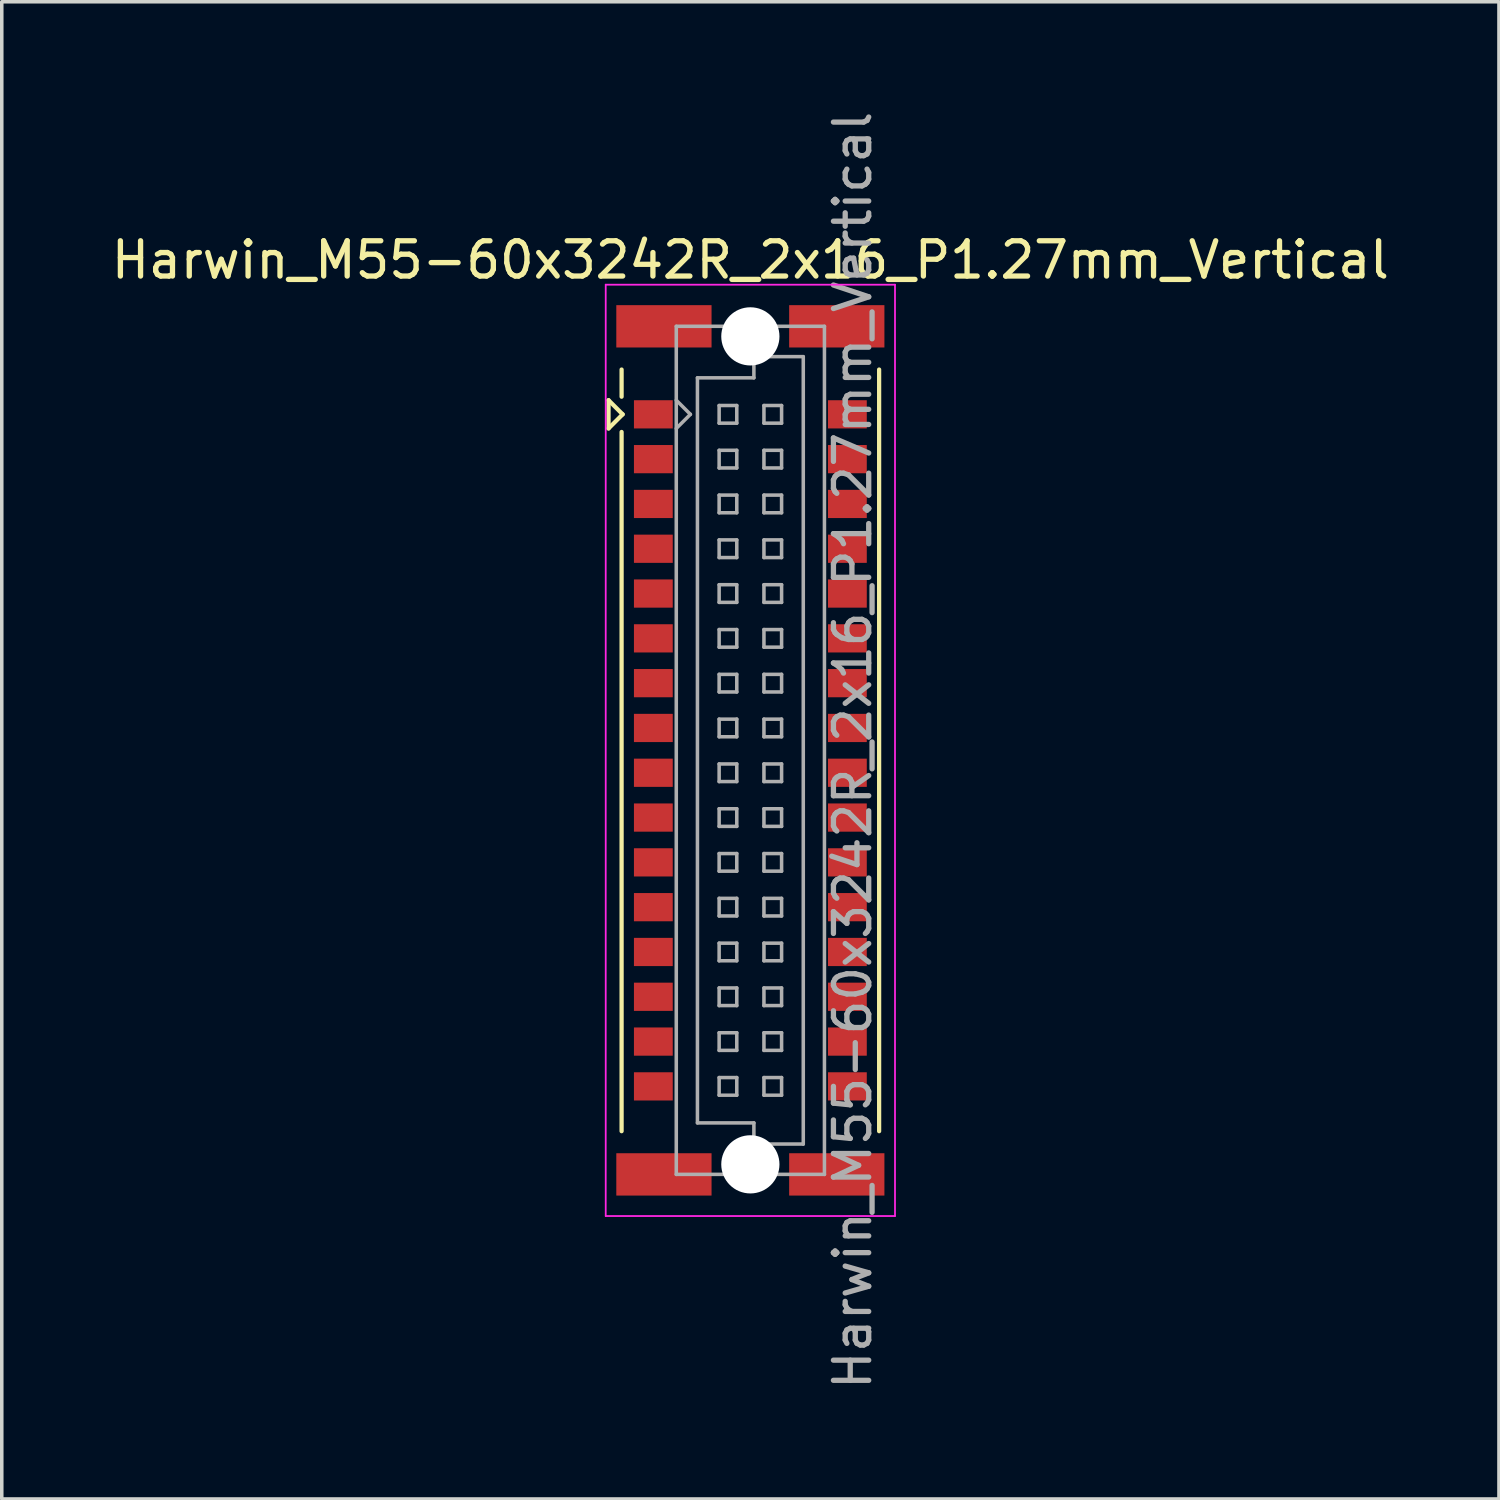
<source format=kicad_pcb>
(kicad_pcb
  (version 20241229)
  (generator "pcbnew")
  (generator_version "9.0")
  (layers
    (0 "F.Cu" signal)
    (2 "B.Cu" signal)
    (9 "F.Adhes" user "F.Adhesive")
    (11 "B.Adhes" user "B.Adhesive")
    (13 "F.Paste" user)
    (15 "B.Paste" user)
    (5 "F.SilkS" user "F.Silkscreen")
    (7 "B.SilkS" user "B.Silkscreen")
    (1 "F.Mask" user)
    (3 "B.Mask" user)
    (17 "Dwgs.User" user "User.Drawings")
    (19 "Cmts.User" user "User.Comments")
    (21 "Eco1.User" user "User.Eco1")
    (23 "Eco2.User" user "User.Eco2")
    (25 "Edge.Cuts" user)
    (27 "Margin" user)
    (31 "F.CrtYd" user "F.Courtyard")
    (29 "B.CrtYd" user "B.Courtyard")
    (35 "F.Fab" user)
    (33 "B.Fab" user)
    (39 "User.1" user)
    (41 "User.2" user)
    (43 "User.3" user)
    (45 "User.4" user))
  (footprint "Harwin_M55-60x3242R_2x16_P1.27mm_Vertical"
    (layer "F.Cu")
    (at 18.22 18.22)
    (property "Reference" "Harwin_M55-60x3242R_2x16_P1.27mm_Vertical" (at 0 -13.9 0) (layer "F.SilkS") (effects (font (size 1 1) (thickness 0.15))))
    (attr smd)
    (fp_line (start -4.02 -9.925) (end -4.02 -9.125) (stroke (width 0.12) (type solid)) (layer "F.SilkS"))
    (fp_line (start -4.02 -9.125) (end -3.62 -9.525) (stroke (width 0.12) (type solid)) (layer "F.SilkS"))
    (fp_line (start -3.65 -10.025) (end -3.65 -10.795) (stroke (width 0.12) (type solid)) (layer "F.SilkS"))
    (fp_line (start -3.65 -9.025) (end -3.65 10.795) (stroke (width 0.12) (type solid)) (layer "F.SilkS"))
    (fp_line (start -3.62 -9.525) (end -4.02 -9.925) (stroke (width 0.12) (type solid)) (layer "F.SilkS"))
    (fp_line (start 3.65 10.795) (end 3.65 -10.795) (stroke (width 0.12) (type solid)) (layer "F.SilkS"))
    (fp_line (start -4.1 -13.2) (end 4.1 -13.2) (stroke (width 0.05) (type solid)) (layer "F.CrtYd"))
    (fp_line (start -4.1 13.2) (end -4.1 -13.2) (stroke (width 0.05) (type solid)) (layer "F.CrtYd"))
    (fp_line (start 4.1 -13.2) (end 4.1 13.2) (stroke (width 0.05) (type solid)) (layer "F.CrtYd"))
    (fp_line (start 4.1 13.2) (end -4.1 13.2) (stroke (width 0.05) (type solid)) (layer "F.CrtYd"))
    (fp_line (start -2.1 -12.02) (end -2.1 12.02) (stroke (width 0.1) (type solid)) (layer "F.Fab"))
    (fp_line (start -2.1 -9.125) (end -1.7 -9.525) (stroke (width 0.1) (type solid)) (layer "F.Fab"))
    (fp_line (start -2.1 12.02) (end 2.1 12.02) (stroke (width 0.1) (type solid)) (layer "F.Fab"))
    (fp_line (start -1.7 -9.525) (end -2.1 -9.925) (stroke (width 0.1) (type solid)) (layer "F.Fab"))
    (fp_line (start -1.5 -10.56) (end 0.1 -10.56) (stroke (width 0.1) (type solid)) (layer "F.Fab"))
    (fp_line (start -1.5 10.56) (end -1.5 -10.56) (stroke (width 0.1) (type solid)) (layer "F.Fab"))
    (fp_line (start -0.885 -9.775) (end -0.885 -9.275) (stroke (width 0.1) (type solid)) (layer "F.Fab"))
    (fp_line (start -0.885 -9.275) (end -0.385 -9.275) (stroke (width 0.1) (type solid)) (layer "F.Fab"))
    (fp_line (start -0.885 -8.505) (end -0.885 -8.005) (stroke (width 0.1) (type solid)) (layer "F.Fab"))
    (fp_line (start -0.885 -8.005) (end -0.385 -8.005) (stroke (width 0.1) (type solid)) (layer "F.Fab"))
    (fp_line (start -0.885 -7.235) (end -0.885 -6.735) (stroke (width 0.1) (type solid)) (layer "F.Fab"))
    (fp_line (start -0.885 -6.735) (end -0.385 -6.735) (stroke (width 0.1) (type solid)) (layer "F.Fab"))
    (fp_line (start -0.885 -5.965) (end -0.885 -5.465) (stroke (width 0.1) (type solid)) (layer "F.Fab"))
    (fp_line (start -0.885 -5.465) (end -0.385 -5.465) (stroke (width 0.1) (type solid)) (layer "F.Fab"))
    (fp_line (start -0.885 -4.695) (end -0.885 -4.195) (stroke (width 0.1) (type solid)) (layer "F.Fab"))
    (fp_line (start -0.885 -4.195) (end -0.385 -4.195) (stroke (width 0.1) (type solid)) (layer "F.Fab"))
    (fp_line (start -0.885 -3.425) (end -0.885 -2.925) (stroke (width 0.1) (type solid)) (layer "F.Fab"))
    (fp_line (start -0.885 -2.925) (end -0.385 -2.925) (stroke (width 0.1) (type solid)) (layer "F.Fab"))
    (fp_line (start -0.885 -2.155) (end -0.885 -1.655) (stroke (width 0.1) (type solid)) (layer "F.Fab"))
    (fp_line (start -0.885 -1.655) (end -0.385 -1.655) (stroke (width 0.1) (type solid)) (layer "F.Fab"))
    (fp_line (start -0.885 -0.885) (end -0.885 -0.385) (stroke (width 0.1) (type solid)) (layer "F.Fab"))
    (fp_line (start -0.885 -0.385) (end -0.385 -0.385) (stroke (width 0.1) (type solid)) (layer "F.Fab"))
    (fp_line (start -0.885 0.385) (end -0.885 0.885) (stroke (width 0.1) (type solid)) (layer "F.Fab"))
    (fp_line (start -0.885 0.885) (end -0.385 0.885) (stroke (width 0.1) (type solid)) (layer "F.Fab"))
    (fp_line (start -0.885 1.655) (end -0.885 2.155) (stroke (width 0.1) (type solid)) (layer "F.Fab"))
    (fp_line (start -0.885 2.155) (end -0.385 2.155) (stroke (width 0.1) (type solid)) (layer "F.Fab"))
    (fp_line (start -0.885 2.925) (end -0.885 3.425) (stroke (width 0.1) (type solid)) (layer "F.Fab"))
    (fp_line (start -0.885 3.425) (end -0.385 3.425) (stroke (width 0.1) (type solid)) (layer "F.Fab"))
    (fp_line (start -0.885 4.195) (end -0.885 4.695) (stroke (width 0.1) (type solid)) (layer "F.Fab"))
    (fp_line (start -0.885 4.695) (end -0.385 4.695) (stroke (width 0.1) (type solid)) (layer "F.Fab"))
    (fp_line (start -0.885 5.465) (end -0.885 5.965) (stroke (width 0.1) (type solid)) (layer "F.Fab"))
    (fp_line (start -0.885 5.965) (end -0.385 5.965) (stroke (width 0.1) (type solid)) (layer "F.Fab"))
    (fp_line (start -0.885 6.735) (end -0.885 7.235) (stroke (width 0.1) (type solid)) (layer "F.Fab"))
    (fp_line (start -0.885 7.235) (end -0.385 7.235) (stroke (width 0.1) (type solid)) (layer "F.Fab"))
    (fp_line (start -0.885 8.005) (end -0.885 8.505) (stroke (width 0.1) (type solid)) (layer "F.Fab"))
    (fp_line (start -0.885 8.505) (end -0.385 8.505) (stroke (width 0.1) (type solid)) (layer "F.Fab"))
    (fp_line (start -0.885 9.275) (end -0.885 9.775) (stroke (width 0.1) (type solid)) (layer "F.Fab"))
    (fp_line (start -0.885 9.775) (end -0.385 9.775) (stroke (width 0.1) (type solid)) (layer "F.Fab"))
    (fp_line (start -0.385 -9.775) (end -0.885 -9.775) (stroke (width 0.1) (type solid)) (layer "F.Fab"))
    (fp_line (start -0.385 -9.275) (end -0.385 -9.775) (stroke (width 0.1) (type solid)) (layer "F.Fab"))
    (fp_line (start -0.385 -8.505) (end -0.885 -8.505) (stroke (width 0.1) (type solid)) (layer "F.Fab"))
    (fp_line (start -0.385 -8.005) (end -0.385 -8.505) (stroke (width 0.1) (type solid)) (layer "F.Fab"))
    (fp_line (start -0.385 -7.235) (end -0.885 -7.235) (stroke (width 0.1) (type solid)) (layer "F.Fab"))
    (fp_line (start -0.385 -6.735) (end -0.385 -7.235) (stroke (width 0.1) (type solid)) (layer "F.Fab"))
    (fp_line (start -0.385 -5.965) (end -0.885 -5.965) (stroke (width 0.1) (type solid)) (layer "F.Fab"))
    (fp_line (start -0.385 -5.465) (end -0.385 -5.965) (stroke (width 0.1) (type solid)) (layer "F.Fab"))
    (fp_line (start -0.385 -4.695) (end -0.885 -4.695) (stroke (width 0.1) (type solid)) (layer "F.Fab"))
    (fp_line (start -0.385 -4.195) (end -0.385 -4.695) (stroke (width 0.1) (type solid)) (layer "F.Fab"))
    (fp_line (start -0.385 -3.425) (end -0.885 -3.425) (stroke (width 0.1) (type solid)) (layer "F.Fab"))
    (fp_line (start -0.385 -2.925) (end -0.385 -3.425) (stroke (width 0.1) (type solid)) (layer "F.Fab"))
    (fp_line (start -0.385 -2.155) (end -0.885 -2.155) (stroke (width 0.1) (type solid)) (layer "F.Fab"))
    (fp_line (start -0.385 -1.655) (end -0.385 -2.155) (stroke (width 0.1) (type solid)) (layer "F.Fab"))
    (fp_line (start -0.385 -0.885) (end -0.885 -0.885) (stroke (width 0.1) (type solid)) (layer "F.Fab"))
    (fp_line (start -0.385 -0.385) (end -0.385 -0.885) (stroke (width 0.1) (type solid)) (layer "F.Fab"))
    (fp_line (start -0.385 0.385) (end -0.885 0.385) (stroke (width 0.1) (type solid)) (layer "F.Fab"))
    (fp_line (start -0.385 0.885) (end -0.385 0.385) (stroke (width 0.1) (type solid)) (layer "F.Fab"))
    (fp_line (start -0.385 1.655) (end -0.885 1.655) (stroke (width 0.1) (type solid)) (layer "F.Fab"))
    (fp_line (start -0.385 2.155) (end -0.385 1.655) (stroke (width 0.1) (type solid)) (layer "F.Fab"))
    (fp_line (start -0.385 2.925) (end -0.885 2.925) (stroke (width 0.1) (type solid)) (layer "F.Fab"))
    (fp_line (start -0.385 3.425) (end -0.385 2.925) (stroke (width 0.1) (type solid)) (layer "F.Fab"))
    (fp_line (start -0.385 4.195) (end -0.885 4.195) (stroke (width 0.1) (type solid)) (layer "F.Fab"))
    (fp_line (start -0.385 4.695) (end -0.385 4.195) (stroke (width 0.1) (type solid)) (layer "F.Fab"))
    (fp_line (start -0.385 5.465) (end -0.885 5.465) (stroke (width 0.1) (type solid)) (layer "F.Fab"))
    (fp_line (start -0.385 5.965) (end -0.385 5.465) (stroke (width 0.1) (type solid)) (layer "F.Fab"))
    (fp_line (start -0.385 6.735) (end -0.885 6.735) (stroke (width 0.1) (type solid)) (layer "F.Fab"))
    (fp_line (start -0.385 7.235) (end -0.385 6.735) (stroke (width 0.1) (type solid)) (layer "F.Fab"))
    (fp_line (start -0.385 8.005) (end -0.885 8.005) (stroke (width 0.1) (type solid)) (layer "F.Fab"))
    (fp_line (start -0.385 8.505) (end -0.385 8.005) (stroke (width 0.1) (type solid)) (layer "F.Fab"))
    (fp_line (start -0.385 9.275) (end -0.885 9.275) (stroke (width 0.1) (type solid)) (layer "F.Fab"))
    (fp_line (start -0.385 9.775) (end -0.385 9.275) (stroke (width 0.1) (type solid)) (layer "F.Fab"))
    (fp_line (start 0.1 -11.16) (end 1.5 -11.16) (stroke (width 0.1) (type solid)) (layer "F.Fab"))
    (fp_line (start 0.1 -10.56) (end 0.1 -11.16) (stroke (width 0.1) (type solid)) (layer "F.Fab"))
    (fp_line (start 0.1 10.56) (end -1.5 10.56) (stroke (width 0.1) (type solid)) (layer "F.Fab"))
    (fp_line (start 0.1 11.16) (end 0.1 10.56) (stroke (width 0.1) (type solid)) (layer "F.Fab"))
    (fp_line (start 0.385 -9.775) (end 0.385 -9.275) (stroke (width 0.1) (type solid)) (layer "F.Fab"))
    (fp_line (start 0.385 -9.275) (end 0.885 -9.275) (stroke (width 0.1) (type solid)) (layer "F.Fab"))
    (fp_line (start 0.385 -8.505) (end 0.385 -8.005) (stroke (width 0.1) (type solid)) (layer "F.Fab"))
    (fp_line (start 0.385 -8.005) (end 0.885 -8.005) (stroke (width 0.1) (type solid)) (layer "F.Fab"))
    (fp_line (start 0.385 -7.235) (end 0.385 -6.735) (stroke (width 0.1) (type solid)) (layer "F.Fab"))
    (fp_line (start 0.385 -6.735) (end 0.885 -6.735) (stroke (width 0.1) (type solid)) (layer "F.Fab"))
    (fp_line (start 0.385 -5.965) (end 0.385 -5.465) (stroke (width 0.1) (type solid)) (layer "F.Fab"))
    (fp_line (start 0.385 -5.465) (end 0.885 -5.465) (stroke (width 0.1) (type solid)) (layer "F.Fab"))
    (fp_line (start 0.385 -4.695) (end 0.385 -4.195) (stroke (width 0.1) (type solid)) (layer "F.Fab"))
    (fp_line (start 0.385 -4.195) (end 0.885 -4.195) (stroke (width 0.1) (type solid)) (layer "F.Fab"))
    (fp_line (start 0.385 -3.425) (end 0.385 -2.925) (stroke (width 0.1) (type solid)) (layer "F.Fab"))
    (fp_line (start 0.385 -2.925) (end 0.885 -2.925) (stroke (width 0.1) (type solid)) (layer "F.Fab"))
    (fp_line (start 0.385 -2.155) (end 0.385 -1.655) (stroke (width 0.1) (type solid)) (layer "F.Fab"))
    (fp_line (start 0.385 -1.655) (end 0.885 -1.655) (stroke (width 0.1) (type solid)) (layer "F.Fab"))
    (fp_line (start 0.385 -0.885) (end 0.385 -0.385) (stroke (width 0.1) (type solid)) (layer "F.Fab"))
    (fp_line (start 0.385 -0.385) (end 0.885 -0.385) (stroke (width 0.1) (type solid)) (layer "F.Fab"))
    (fp_line (start 0.385 0.385) (end 0.385 0.885) (stroke (width 0.1) (type solid)) (layer "F.Fab"))
    (fp_line (start 0.385 0.885) (end 0.885 0.885) (stroke (width 0.1) (type solid)) (layer "F.Fab"))
    (fp_line (start 0.385 1.655) (end 0.385 2.155) (stroke (width 0.1) (type solid)) (layer "F.Fab"))
    (fp_line (start 0.385 2.155) (end 0.885 2.155) (stroke (width 0.1) (type solid)) (layer "F.Fab"))
    (fp_line (start 0.385 2.925) (end 0.385 3.425) (stroke (width 0.1) (type solid)) (layer "F.Fab"))
    (fp_line (start 0.385 3.425) (end 0.885 3.425) (stroke (width 0.1) (type solid)) (layer "F.Fab"))
    (fp_line (start 0.385 4.195) (end 0.385 4.695) (stroke (width 0.1) (type solid)) (layer "F.Fab"))
    (fp_line (start 0.385 4.695) (end 0.885 4.695) (stroke (width 0.1) (type solid)) (layer "F.Fab"))
    (fp_line (start 0.385 5.465) (end 0.385 5.965) (stroke (width 0.1) (type solid)) (layer "F.Fab"))
    (fp_line (start 0.385 5.965) (end 0.885 5.965) (stroke (width 0.1) (type solid)) (layer "F.Fab"))
    (fp_line (start 0.385 6.735) (end 0.385 7.235) (stroke (width 0.1) (type solid)) (layer "F.Fab"))
    (fp_line (start 0.385 7.235) (end 0.885 7.235) (stroke (width 0.1) (type solid)) (layer "F.Fab"))
    (fp_line (start 0.385 8.005) (end 0.385 8.505) (stroke (width 0.1) (type solid)) (layer "F.Fab"))
    (fp_line (start 0.385 8.505) (end 0.885 8.505) (stroke (width 0.1) (type solid)) (layer "F.Fab"))
    (fp_line (start 0.385 9.275) (end 0.385 9.775) (stroke (width 0.1) (type solid)) (layer "F.Fab"))
    (fp_line (start 0.385 9.775) (end 0.885 9.775) (stroke (width 0.1) (type solid)) (layer "F.Fab"))
    (fp_line (start 0.885 -9.775) (end 0.385 -9.775) (stroke (width 0.1) (type solid)) (layer "F.Fab"))
    (fp_line (start 0.885 -9.275) (end 0.885 -9.775) (stroke (width 0.1) (type solid)) (layer "F.Fab"))
    (fp_line (start 0.885 -8.505) (end 0.385 -8.505) (stroke (width 0.1) (type solid)) (layer "F.Fab"))
    (fp_line (start 0.885 -8.005) (end 0.885 -8.505) (stroke (width 0.1) (type solid)) (layer "F.Fab"))
    (fp_line (start 0.885 -7.235) (end 0.385 -7.235) (stroke (width 0.1) (type solid)) (layer "F.Fab"))
    (fp_line (start 0.885 -6.735) (end 0.885 -7.235) (stroke (width 0.1) (type solid)) (layer "F.Fab"))
    (fp_line (start 0.885 -5.965) (end 0.385 -5.965) (stroke (width 0.1) (type solid)) (layer "F.Fab"))
    (fp_line (start 0.885 -5.465) (end 0.885 -5.965) (stroke (width 0.1) (type solid)) (layer "F.Fab"))
    (fp_line (start 0.885 -4.695) (end 0.385 -4.695) (stroke (width 0.1) (type solid)) (layer "F.Fab"))
    (fp_line (start 0.885 -4.195) (end 0.885 -4.695) (stroke (width 0.1) (type solid)) (layer "F.Fab"))
    (fp_line (start 0.885 -3.425) (end 0.385 -3.425) (stroke (width 0.1) (type solid)) (layer "F.Fab"))
    (fp_line (start 0.885 -2.925) (end 0.885 -3.425) (stroke (width 0.1) (type solid)) (layer "F.Fab"))
    (fp_line (start 0.885 -2.155) (end 0.385 -2.155) (stroke (width 0.1) (type solid)) (layer "F.Fab"))
    (fp_line (start 0.885 -1.655) (end 0.885 -2.155) (stroke (width 0.1) (type solid)) (layer "F.Fab"))
    (fp_line (start 0.885 -0.885) (end 0.385 -0.885) (stroke (width 0.1) (type solid)) (layer "F.Fab"))
    (fp_line (start 0.885 -0.385) (end 0.885 -0.885) (stroke (width 0.1) (type solid)) (layer "F.Fab"))
    (fp_line (start 0.885 0.385) (end 0.385 0.385) (stroke (width 0.1) (type solid)) (layer "F.Fab"))
    (fp_line (start 0.885 0.885) (end 0.885 0.385) (stroke (width 0.1) (type solid)) (layer "F.Fab"))
    (fp_line (start 0.885 1.655) (end 0.385 1.655) (stroke (width 0.1) (type solid)) (layer "F.Fab"))
    (fp_line (start 0.885 2.155) (end 0.885 1.655) (stroke (width 0.1) (type solid)) (layer "F.Fab"))
    (fp_line (start 0.885 2.925) (end 0.385 2.925) (stroke (width 0.1) (type solid)) (layer "F.Fab"))
    (fp_line (start 0.885 3.425) (end 0.885 2.925) (stroke (width 0.1) (type solid)) (layer "F.Fab"))
    (fp_line (start 0.885 4.195) (end 0.385 4.195) (stroke (width 0.1) (type solid)) (layer "F.Fab"))
    (fp_line (start 0.885 4.695) (end 0.885 4.195) (stroke (width 0.1) (type solid)) (layer "F.Fab"))
    (fp_line (start 0.885 5.465) (end 0.385 5.465) (stroke (width 0.1) (type solid)) (layer "F.Fab"))
    (fp_line (start 0.885 5.965) (end 0.885 5.465) (stroke (width 0.1) (type solid)) (layer "F.Fab"))
    (fp_line (start 0.885 6.735) (end 0.385 6.735) (stroke (width 0.1) (type solid)) (layer "F.Fab"))
    (fp_line (start 0.885 7.235) (end 0.885 6.735) (stroke (width 0.1) (type solid)) (layer "F.Fab"))
    (fp_line (start 0.885 8.005) (end 0.385 8.005) (stroke (width 0.1) (type solid)) (layer "F.Fab"))
    (fp_line (start 0.885 8.505) (end 0.885 8.005) (stroke (width 0.1) (type solid)) (layer "F.Fab"))
    (fp_line (start 0.885 9.275) (end 0.385 9.275) (stroke (width 0.1) (type solid)) (layer "F.Fab"))
    (fp_line (start 0.885 9.775) (end 0.885 9.275) (stroke (width 0.1) (type solid)) (layer "F.Fab"))
    (fp_line (start 1.5 -11.16) (end 1.5 11.16) (stroke (width 0.1) (type solid)) (layer "F.Fab"))
    (fp_line (start 1.5 11.16) (end 0.1 11.16) (stroke (width 0.1) (type solid)) (layer "F.Fab"))
    (fp_line (start 2.1 -12.02) (end -2.1 -12.02) (stroke (width 0.1) (type solid)) (layer "F.Fab"))
    (fp_line (start 2.1 12.02) (end 2.1 -12.02) (stroke (width 0.1) (type solid)) (layer "F.Fab"))
    (fp_text user "${REFERENCE}" (at 2.9 0 90) (layer "F.Fab") (effects (font (size 1 1) (thickness 0.15))))
    (pad "" smd rect (at -2.45 -12.02) (size 2.7 1.2) (layers "F.Cu" "F.Mask" "F.Paste"))
    (pad "" smd rect (at -2.45 12.02) (size 2.7 1.2) (layers "F.Cu" "F.Mask" "F.Paste"))
    (pad "" np_thru_hole circle (at 0 -11.735) (size 1.65 1.65) (drill 1.65) (layers "*.Cu" "*.Mask"))
    (pad "" np_thru_hole circle (at 0 11.735) (size 1.65 1.65) (drill 1.65) (layers "*.Cu" "*.Mask"))
    (pad "" smd rect (at 2.45 -12.02) (size 2.7 1.2) (layers "F.Cu" "F.Mask" "F.Paste"))
    (pad "" smd rect (at 2.45 12.02) (size 2.7 1.2) (layers "F.Cu" "F.Mask" "F.Paste"))
    (pad "1" smd rect (at -2.75 -9.525) (size 1.1 0.8) (layers "F.Cu" "F.Mask" "F.Paste"))
    (pad "2" smd rect (at 2.75 -9.525) (size 1.1 0.8) (layers "F.Cu" "F.Mask" "F.Paste"))
    (pad "3" smd rect (at -2.75 -8.255) (size 1.1 0.8) (layers "F.Cu" "F.Mask" "F.Paste"))
    (pad "4" smd rect (at 2.75 -8.255) (size 1.1 0.8) (layers "F.Cu" "F.Mask" "F.Paste"))
    (pad "5" smd rect (at -2.75 -6.985) (size 1.1 0.8) (layers "F.Cu" "F.Mask" "F.Paste"))
    (pad "6" smd rect (at 2.75 -6.985) (size 1.1 0.8) (layers "F.Cu" "F.Mask" "F.Paste"))
    (pad "7" smd rect (at -2.75 -5.715) (size 1.1 0.8) (layers "F.Cu" "F.Mask" "F.Paste"))
    (pad "8" smd rect (at 2.75 -5.715) (size 1.1 0.8) (layers "F.Cu" "F.Mask" "F.Paste"))
    (pad "9" smd rect (at -2.75 -4.445) (size 1.1 0.8) (layers "F.Cu" "F.Mask" "F.Paste"))
    (pad "10" smd rect (at 2.75 -4.445) (size 1.1 0.8) (layers "F.Cu" "F.Mask" "F.Paste"))
    (pad "11" smd rect (at -2.75 -3.175) (size 1.1 0.8) (layers "F.Cu" "F.Mask" "F.Paste"))
    (pad "12" smd rect (at 2.75 -3.175) (size 1.1 0.8) (layers "F.Cu" "F.Mask" "F.Paste"))
    (pad "13" smd rect (at -2.75 -1.905) (size 1.1 0.8) (layers "F.Cu" "F.Mask" "F.Paste"))
    (pad "14" smd rect (at 2.75 -1.905) (size 1.1 0.8) (layers "F.Cu" "F.Mask" "F.Paste"))
    (pad "15" smd rect (at -2.75 -0.635) (size 1.1 0.8) (layers "F.Cu" "F.Mask" "F.Paste"))
    (pad "16" smd rect (at 2.75 -0.635) (size 1.1 0.8) (layers "F.Cu" "F.Mask" "F.Paste"))
    (pad "17" smd rect (at -2.75 0.635) (size 1.1 0.8) (layers "F.Cu" "F.Mask" "F.Paste"))
    (pad "18" smd rect (at 2.75 0.635) (size 1.1 0.8) (layers "F.Cu" "F.Mask" "F.Paste"))
    (pad "19" smd rect (at -2.75 1.905) (size 1.1 0.8) (layers "F.Cu" "F.Mask" "F.Paste"))
    (pad "20" smd rect (at 2.75 1.905) (size 1.1 0.8) (layers "F.Cu" "F.Mask" "F.Paste"))
    (pad "21" smd rect (at -2.75 3.175) (size 1.1 0.8) (layers "F.Cu" "F.Mask" "F.Paste"))
    (pad "22" smd rect (at 2.75 3.175) (size 1.1 0.8) (layers "F.Cu" "F.Mask" "F.Paste"))
    (pad "23" smd rect (at -2.75 4.445) (size 1.1 0.8) (layers "F.Cu" "F.Mask" "F.Paste"))
    (pad "24" smd rect (at 2.75 4.445) (size 1.1 0.8) (layers "F.Cu" "F.Mask" "F.Paste"))
    (pad "25" smd rect (at -2.75 5.715) (size 1.1 0.8) (layers "F.Cu" "F.Mask" "F.Paste"))
    (pad "26" smd rect (at 2.75 5.715) (size 1.1 0.8) (layers "F.Cu" "F.Mask" "F.Paste"))
    (pad "27" smd rect (at -2.75 6.985) (size 1.1 0.8) (layers "F.Cu" "F.Mask" "F.Paste"))
    (pad "28" smd rect (at 2.75 6.985) (size 1.1 0.8) (layers "F.Cu" "F.Mask" "F.Paste"))
    (pad "29" smd rect (at -2.75 8.255) (size 1.1 0.8) (layers "F.Cu" "F.Mask" "F.Paste"))
    (pad "30" smd rect (at 2.75 8.255) (size 1.1 0.8) (layers "F.Cu" "F.Mask" "F.Paste"))
    (pad "31" smd rect (at -2.75 9.525) (size 1.1 0.8) (layers "F.Cu" "F.Mask" "F.Paste"))
    (pad "32" smd rect (at 2.75 9.525) (size 1.1 0.8) (layers "F.Cu" "F.Mask" "F.Paste")))
  (gr_rect
    (start -3 -3)
    (end 39.44 39.44)
    (stroke (width 0.1) (type default))
    (fill no)
    (layer "Edge.Cuts")))
</source>
